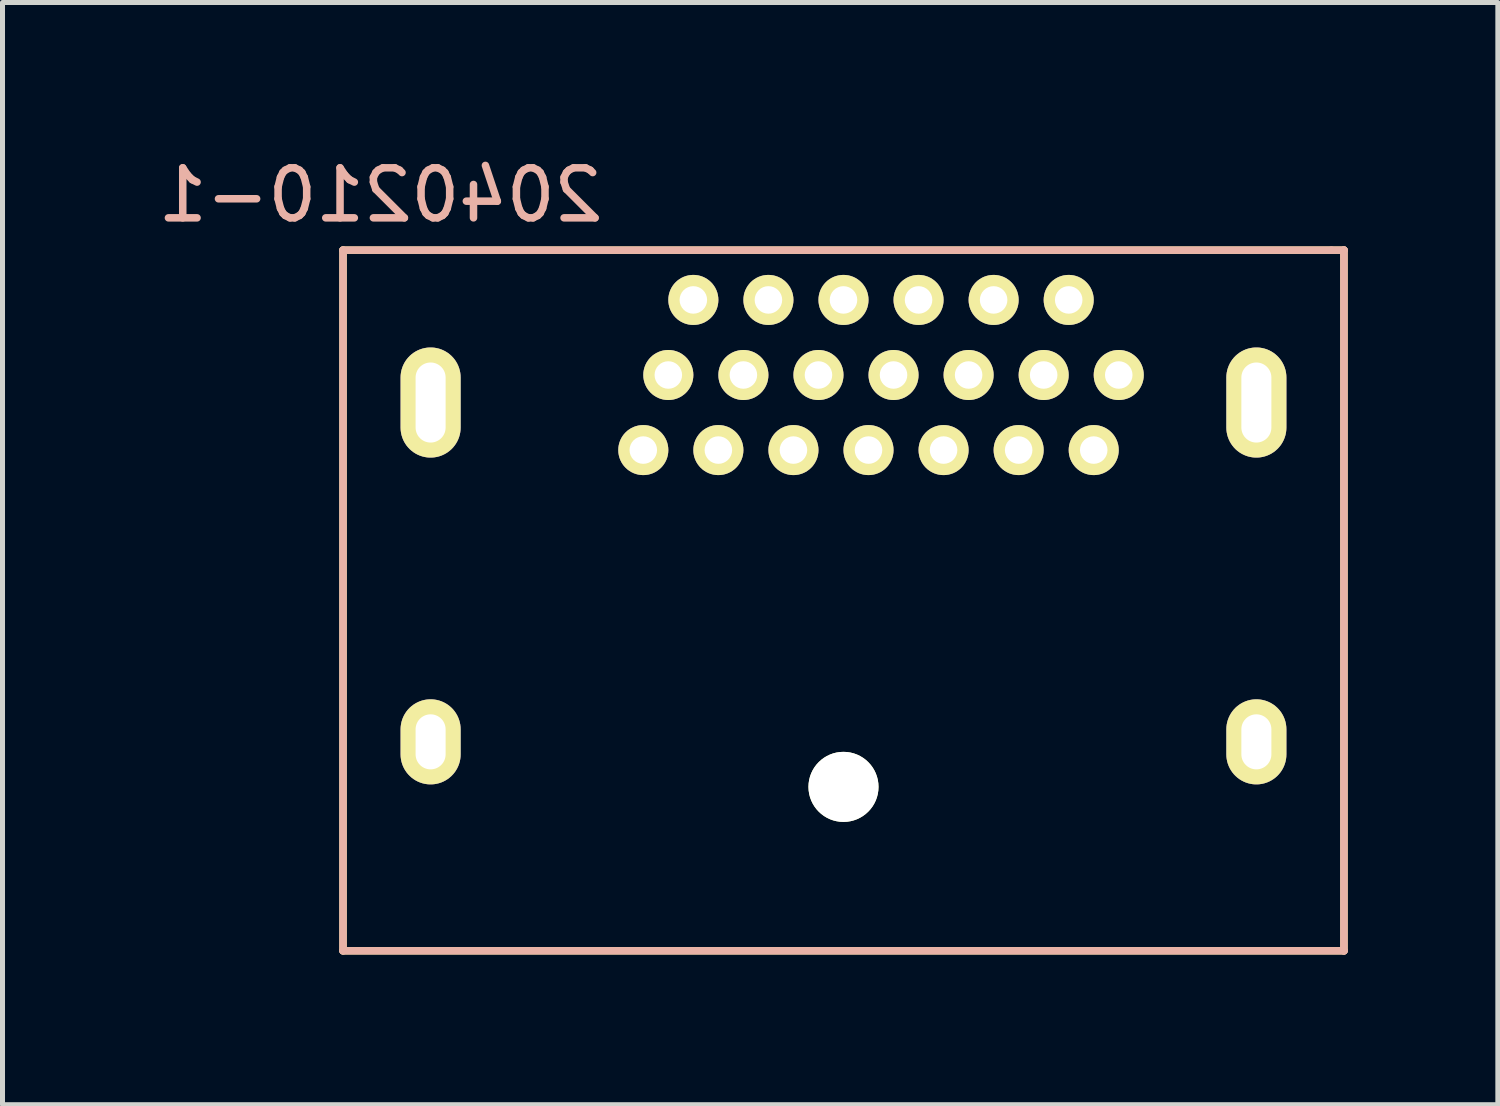
<source format=kicad_pcb>
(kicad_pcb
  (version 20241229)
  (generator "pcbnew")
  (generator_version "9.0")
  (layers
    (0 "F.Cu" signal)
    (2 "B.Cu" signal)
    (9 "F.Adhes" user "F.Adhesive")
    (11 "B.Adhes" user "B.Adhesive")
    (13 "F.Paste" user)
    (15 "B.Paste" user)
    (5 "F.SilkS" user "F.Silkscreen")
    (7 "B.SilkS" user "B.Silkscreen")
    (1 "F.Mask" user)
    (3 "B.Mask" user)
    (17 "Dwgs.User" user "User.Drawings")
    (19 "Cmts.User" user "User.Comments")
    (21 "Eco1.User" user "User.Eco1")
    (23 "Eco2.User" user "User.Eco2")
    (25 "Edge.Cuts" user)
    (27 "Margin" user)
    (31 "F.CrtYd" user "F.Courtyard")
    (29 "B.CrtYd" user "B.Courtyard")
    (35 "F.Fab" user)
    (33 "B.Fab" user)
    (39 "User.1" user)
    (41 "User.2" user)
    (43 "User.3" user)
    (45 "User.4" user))
  (footprint "2040210-1"
    (layer "F.Cu")
    (at 13.804 9.448)
    (property "Reference" "2040210-1" (at -9.25 -8.6 0) (layer "B.SilkS") (effects (font (size 1 1) (thickness 0.15)) (justify mirror)))
    (attr through_hole)
    (fp_line (start -10 -7.5) (end 10 -7.5) (stroke (width 0.15) (type solid)) (layer "F.SilkS"))
    (fp_line (start -10 6.5) (end -10 -7.5) (stroke (width 0.15) (type solid)) (layer "F.SilkS"))
    (fp_line (start 10 -7.5) (end 10 6.5) (stroke (width 0.15) (type solid)) (layer "F.SilkS"))
    (fp_line (start 10 6.5) (end -10 6.5) (stroke (width 0.15) (type solid)) (layer "F.SilkS"))
    (fp_line (start -10 -7.5) (end -10 6.5) (stroke (width 0.15) (type solid)) (layer "B.SilkS"))
    (fp_line (start -10 -7.5) (end 9.75 -7.5) (stroke (width 0.15) (type solid)) (layer "B.SilkS"))
    (fp_line (start 9.75 -7.5) (end 10 -7.5) (stroke (width 0.15) (type solid)) (layer "B.SilkS"))
    (fp_line (start 10 -7.5) (end 10 -7.5) (stroke (width 0.15) (type solid)) (layer "B.SilkS"))
    (fp_line (start 10 -7.5) (end 10 6.5) (stroke (width 0.15) (type solid)) (layer "B.SilkS"))
    (fp_line (start 10 6.5) (end -10 6.5) (stroke (width 0.15) (type solid)) (layer "B.SilkS"))
    (fp_line (start 10 6.5) (end 10 6.5) (stroke (width 0.15) (type solid)) (layer "B.SilkS"))
    (pad "" np_thru_hole circle (at 0 3.225) (size 1.4 1.4) (drill 1.4) (layers "*.Cu" "*.Mask" "F.SilkS"))
    (pad "1" thru_hole circle (at 5.5 -5.005) (size 1 1) (drill 0.55) (layers "*.Cu" "*.Mask" "F.SilkS"))
    (pad "2" thru_hole circle (at 5 -3.505) (size 1 1) (drill 0.55) (layers "*.Cu" "*.Mask" "F.SilkS"))
    (pad "3" thru_hole circle (at 4.5 -6.505) (size 1 1) (drill 0.55) (layers "*.Cu" "*.Mask" "F.SilkS"))
    (pad "4" thru_hole circle (at 4 -5.005) (size 1 1) (drill 0.55) (layers "*.Cu" "*.Mask" "F.SilkS"))
    (pad "5" thru_hole circle (at 3.5 -3.505) (size 1 1) (drill 0.55) (layers "*.Cu" "*.Mask" "F.SilkS"))
    (pad "6" thru_hole circle (at 3 -6.505) (size 1 1) (drill 0.55) (layers "*.Cu" "*.Mask" "F.SilkS"))
    (pad "7" thru_hole circle (at 2.5 -5.005) (size 1 1) (drill 0.55) (layers "*.Cu" "*.Mask" "F.SilkS"))
    (pad "8" thru_hole circle (at 2 -3.505) (size 1 1) (drill 0.55) (layers "*.Cu" "*.Mask" "F.SilkS"))
    (pad "9" thru_hole circle (at 1.5 -6.505) (size 1 1) (drill 0.55) (layers "*.Cu" "*.Mask" "F.SilkS"))
    (pad "10" thru_hole circle (at 1 -5.005) (size 1 1) (drill 0.55) (layers "*.Cu" "*.Mask" "F.SilkS"))
    (pad "11" thru_hole circle (at 0.5 -3.505) (size 1 1) (drill 0.55) (layers "*.Cu" "*.Mask" "F.SilkS"))
    (pad "12" thru_hole circle (at 0 -6.505) (size 1 1) (drill 0.55) (layers "*.Cu" "*.Mask" "F.SilkS"))
    (pad "13" thru_hole circle (at -0.5 -5.005) (size 1 1) (drill 0.55) (layers "*.Cu" "*.Mask" "F.SilkS"))
    (pad "14" thru_hole circle (at -1 -3.505) (size 1 1) (drill 0.55) (layers "*.Cu" "*.Mask" "F.SilkS"))
    (pad "15" thru_hole circle (at -1.5 -6.505) (size 1 1) (drill 0.55) (layers "*.Cu" "*.Mask" "F.SilkS"))
    (pad "16" thru_hole circle (at -2 -5.005) (size 1 1) (drill 0.55) (layers "*.Cu" "*.Mask" "F.SilkS"))
    (pad "17" thru_hole circle (at -2.5 -3.505) (size 1 1) (drill 0.55) (layers "*.Cu" "*.Mask" "F.SilkS"))
    (pad "18" thru_hole circle (at -3 -6.505) (size 1 1) (drill 0.55) (layers "*.Cu" "*.Mask" "F.SilkS"))
    (pad "19" thru_hole circle (at -3.5 -5.005) (size 1 1) (drill 0.55) (layers "*.Cu" "*.Mask" "F.SilkS"))
    (pad "20" thru_hole circle (at -4 -3.505) (size 1 1) (drill 0.55) (layers "*.Cu" "*.Mask" "F.SilkS"))
    (pad "21" thru_hole oval (at -8.25 2.325) (size 1.2 1.7) (drill oval 0.6 1.1) (layers "*.Cu" "*.Mask" "F.SilkS"))
    (pad "22" thru_hole oval (at 8.25 2.325) (size 1.2 1.7) (drill oval 0.6 1.1) (layers "*.Cu" "*.Mask" "F.SilkS"))
    (pad "23" thru_hole oval (at -8.25 -4.455) (size 1.2 2.2) (drill oval 0.6 1.6) (layers "*.Cu" "*.Mask" "F.SilkS"))
    (pad "24" thru_hole oval (at 8.25 -4.455) (size 1.2 2.2) (drill oval 0.6 1.6) (layers "*.Cu" "*.Mask" "F.SilkS")))
  (gr_rect
    (start -3 -3)
    (end 26.879 19.023)
    (stroke (width 0.1) (type default))
    (fill no)
    (layer "Edge.Cuts")))
</source>
